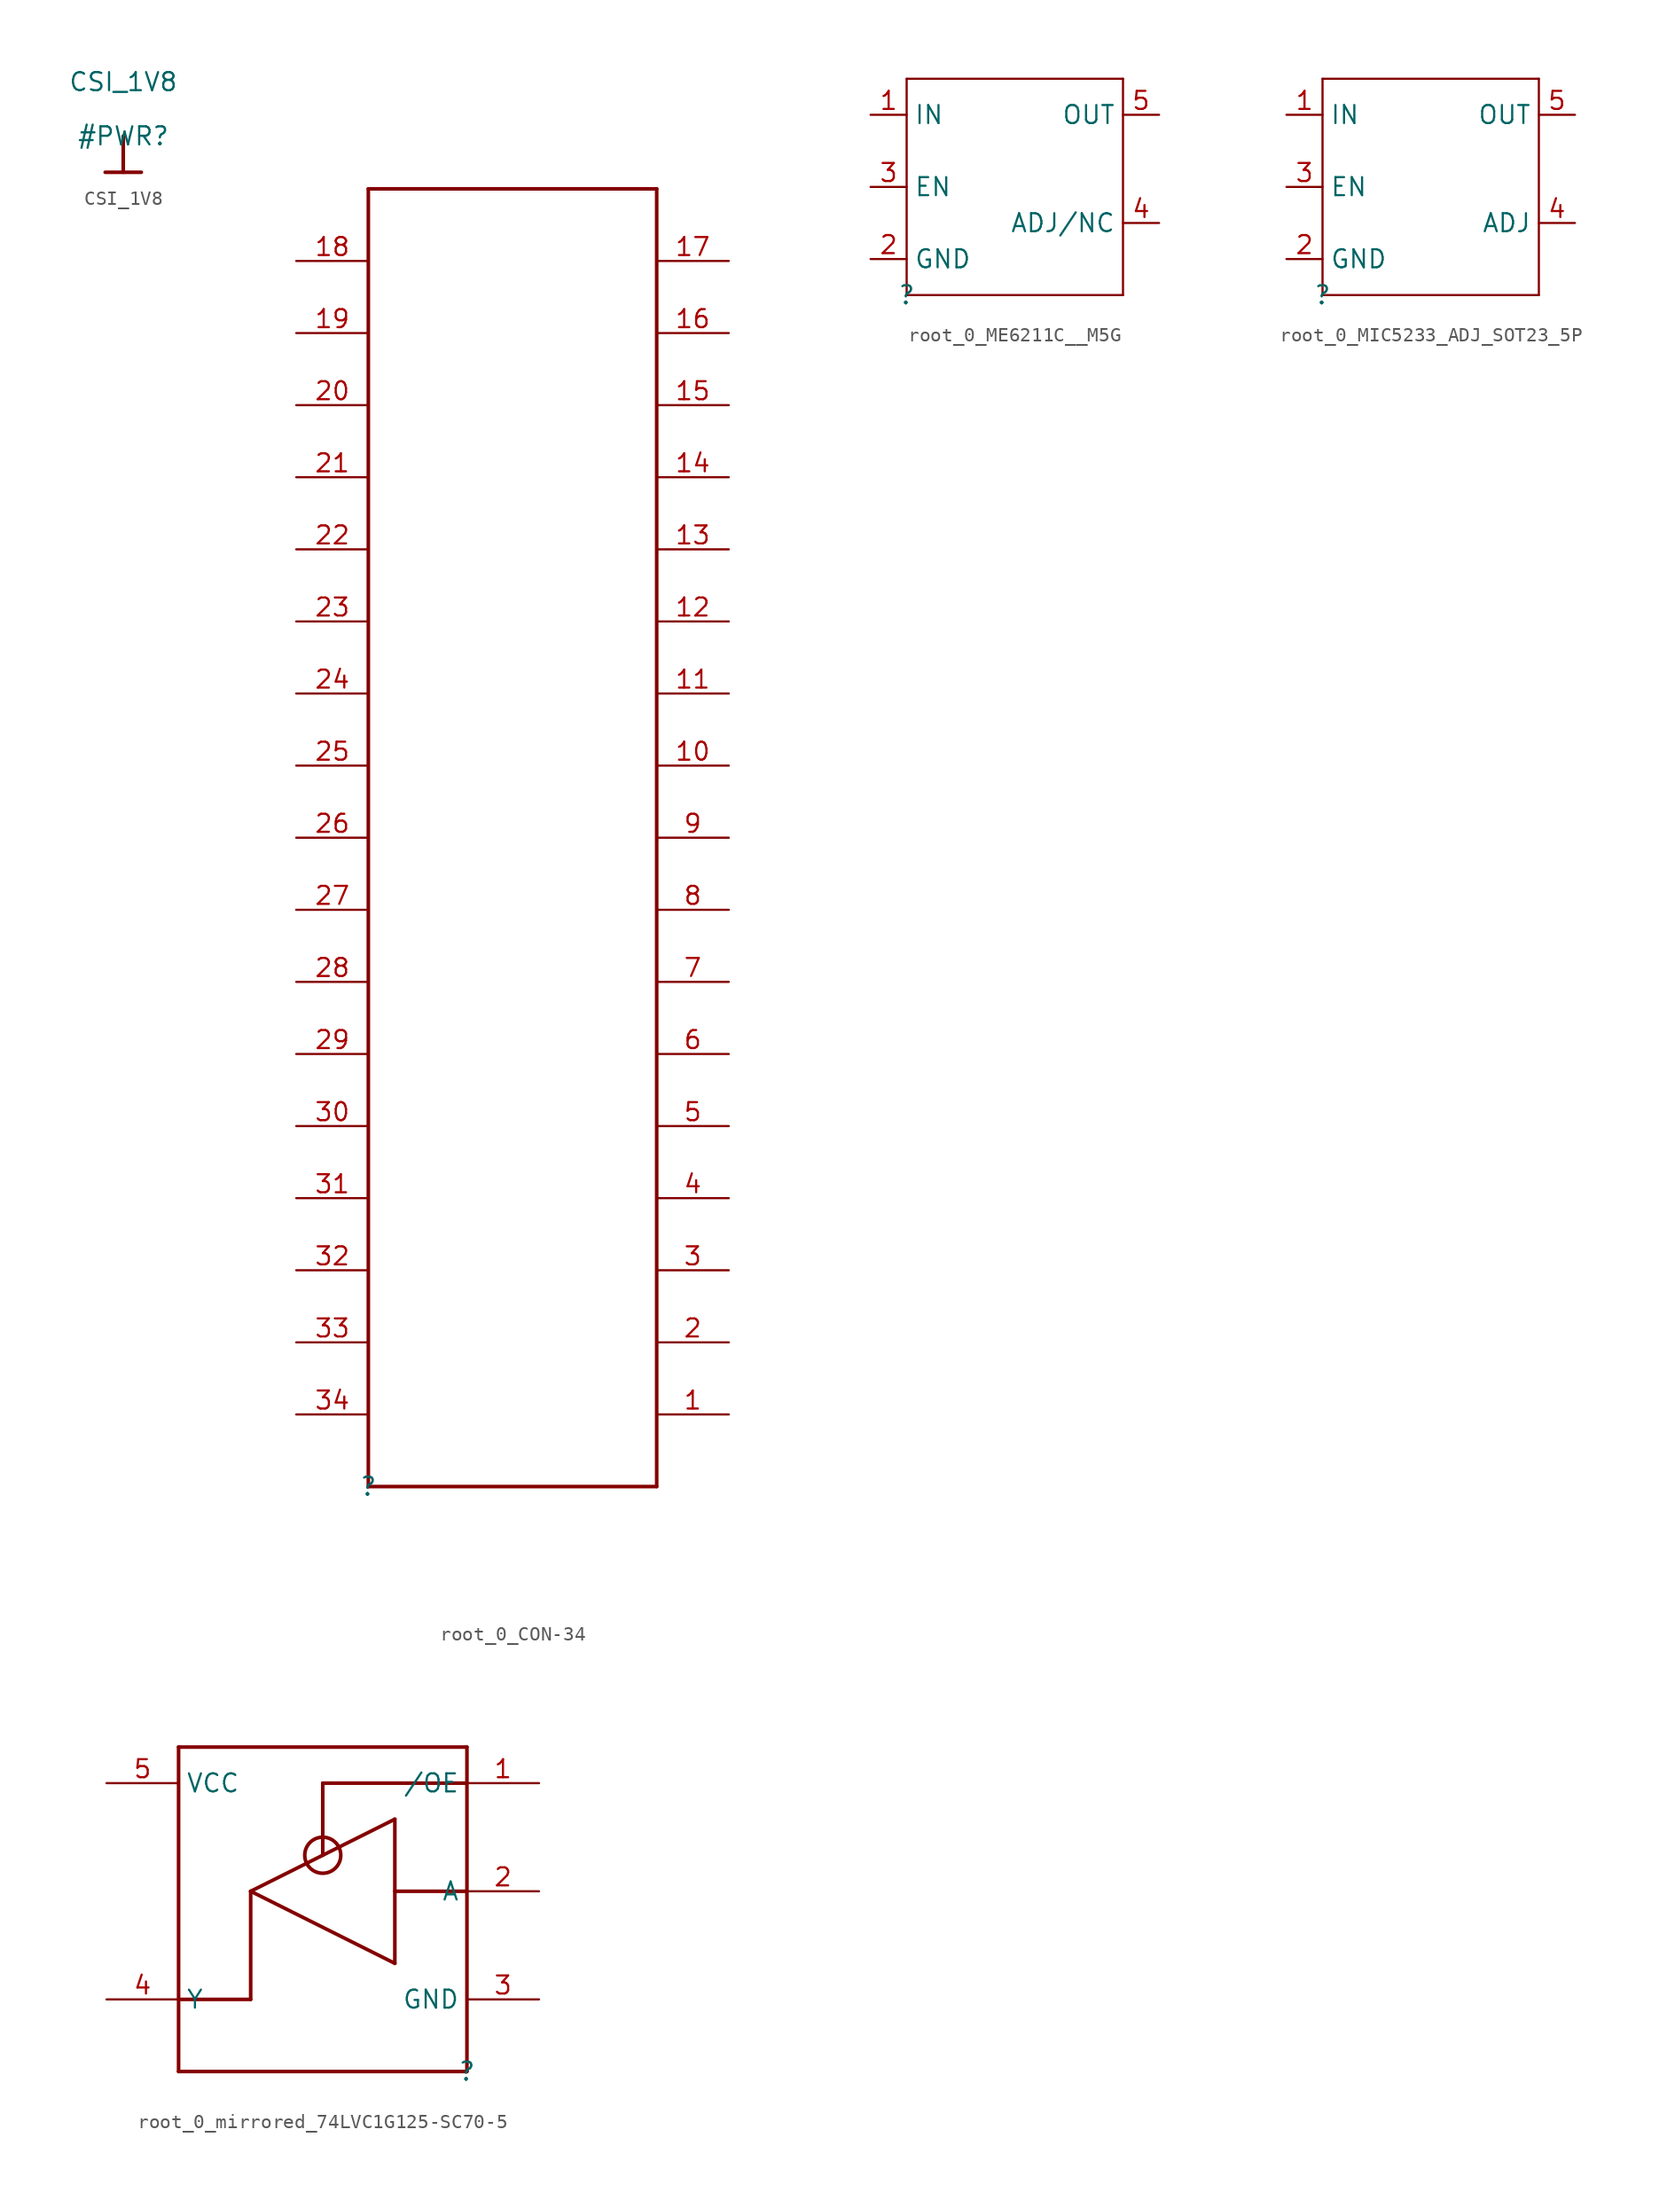
<source format=kicad_sym>
(kicad_symbol_lib
  (version 20220914)
  (generator kicad_symbol_editor)
  (symbol "CSI_1V8"
    (power)
    (property "Reference" "#PWR"
      (at 0 0 0)
      (effects (font (size 1.27 1.27))))
    (property "Value" "CSI_1V8"
      (at 0 3.81 0)
      (effects (font (size 1.27 1.27))))
    (symbol "CSI_1V8_0_0"
      (polyline (pts (xy -1.27 -2.54) (xy 1.27 -2.54)) (stroke (width 0.254) (type solid)) (fill (type none)))
      (polyline (pts (xy 0 0) (xy 0 -2.54)) (stroke (width 0.254) (type solid)) (fill (type none)))
      (pin power_in line (at 0 0 0) (length 0) hide (name "CSI_1V8" (effects (font (size 1.27 1.27)))) (number "" (effects (font (size 1.27 1.27)))))))
  (symbol "root_0_CON-34"
    (property "Reference" ""
      (at 0 0 0)
      (effects (font (size 1.27 1.27))))
    (property "Value" ""
      (at 0 0 0)
      (effects (font (size 1.27 1.27))))
    (symbol "root_0_CON-34_1_0"
      (polyline (pts (xy 0 0) (xy 20.32 0)) (stroke (width 0.254) (type solid)) (fill (type none)))
      (polyline (pts (xy 0 91.44) (xy 0 0)) (stroke (width 0.254) (type solid)) (fill (type none)))
      (polyline (pts (xy 20.32 0) (xy 20.32 91.44)) (stroke (width 0.254) (type solid)) (fill (type none)))
      (polyline (pts (xy 20.32 91.44) (xy 0 91.44)) (stroke (width 0.254) (type solid)) (fill (type none)))
      (pin passive line (at 25.4 5.08 180) (length 5.08) (name "1" (effects (font (size 0 0)))) (number "1" (effects (font (size 1.27 1.27)))))
      (pin passive line (at 25.4 50.8 180) (length 5.08) (name "10" (effects (font (size 0 0)))) (number "10" (effects (font (size 1.27 1.27)))))
      (pin passive line (at 25.4 55.88 180) (length 5.08) (name "11" (effects (font (size 0 0)))) (number "11" (effects (font (size 1.27 1.27)))))
      (pin passive line (at 25.4 60.96 180) (length 5.08) (name "12" (effects (font (size 0 0)))) (number "12" (effects (font (size 1.27 1.27)))))
      (pin passive line (at 25.4 66.04 180) (length 5.08) (name "13" (effects (font (size 0 0)))) (number "13" (effects (font (size 1.27 1.27)))))
      (pin passive line (at 25.4 71.12 180) (length 5.08) (name "14" (effects (font (size 0 0)))) (number "14" (effects (font (size 1.27 1.27)))))
      (pin passive line (at 25.4 76.2 180) (length 5.08) (name "15" (effects (font (size 0 0)))) (number "15" (effects (font (size 1.27 1.27)))))
      (pin passive line (at 25.4 81.28 180) (length 5.08) (name "16" (effects (font (size 0 0)))) (number "16" (effects (font (size 1.27 1.27)))))
      (pin passive line (at 25.4 86.36 180) (length 5.08) (name "17" (effects (font (size 0 0)))) (number "17" (effects (font (size 1.27 1.27)))))
      (pin passive line (at -5.08 86.36 0) (length 5.08) (name "18" (effects (font (size 0 0)))) (number "18" (effects (font (size 1.27 1.27)))))
      (pin passive line (at -5.08 81.28 0) (length 5.08) (name "19" (effects (font (size 0 0)))) (number "19" (effects (font (size 1.27 1.27)))))
      (pin passive line (at 25.4 10.16 180) (length 5.08) (name "2" (effects (font (size 0 0)))) (number "2" (effects (font (size 1.27 1.27)))))
      (pin passive line (at -5.08 76.2 0) (length 5.08) (name "20" (effects (font (size 0 0)))) (number "20" (effects (font (size 1.27 1.27)))))
      (pin passive line (at -5.08 71.12 0) (length 5.08) (name "21" (effects (font (size 0 0)))) (number "21" (effects (font (size 1.27 1.27)))))
      (pin passive line (at -5.08 66.04 0) (length 5.08) (name "22" (effects (font (size 0 0)))) (number "22" (effects (font (size 1.27 1.27)))))
      (pin passive line (at -5.08 60.96 0) (length 5.08) (name "23" (effects (font (size 0 0)))) (number "23" (effects (font (size 1.27 1.27)))))
      (pin passive line (at -5.08 55.88 0) (length 5.08) (name "24" (effects (font (size 0 0)))) (number "24" (effects (font (size 1.27 1.27)))))
      (pin passive line (at -5.08 50.8 0) (length 5.08) (name "25" (effects (font (size 0 0)))) (number "25" (effects (font (size 1.27 1.27)))))
      (pin passive line (at -5.08 45.72 0) (length 5.08) (name "26" (effects (font (size 0 0)))) (number "26" (effects (font (size 1.27 1.27)))))
      (pin passive line (at -5.08 40.64 0) (length 5.08) (name "27" (effects (font (size 0 0)))) (number "27" (effects (font (size 1.27 1.27)))))
      (pin passive line (at -5.08 35.56 0) (length 5.08) (name "28" (effects (font (size 0 0)))) (number "28" (effects (font (size 1.27 1.27)))))
      (pin passive line (at -5.08 30.48 0) (length 5.08) (name "29" (effects (font (size 0 0)))) (number "29" (effects (font (size 1.27 1.27)))))
      (pin passive line (at 25.4 15.24 180) (length 5.08) (name "3" (effects (font (size 0 0)))) (number "3" (effects (font (size 1.27 1.27)))))
      (pin passive line (at -5.08 25.4 0) (length 5.08) (name "30" (effects (font (size 0 0)))) (number "30" (effects (font (size 1.27 1.27)))))
      (pin passive line (at -5.08 20.32 0) (length 5.08) (name "31" (effects (font (size 0 0)))) (number "31" (effects (font (size 1.27 1.27)))))
      (pin passive line (at -5.08 15.24 0) (length 5.08) (name "32" (effects (font (size 0 0)))) (number "32" (effects (font (size 1.27 1.27)))))
      (pin passive line (at -5.08 10.16 0) (length 5.08) (name "33" (effects (font (size 0 0)))) (number "33" (effects (font (size 1.27 1.27)))))
      (pin passive line (at -5.08 5.08 0) (length 5.08) (name "34" (effects (font (size 0 0)))) (number "34" (effects (font (size 1.27 1.27)))))
      (pin passive line (at 25.4 20.32 180) (length 5.08) (name "4" (effects (font (size 0 0)))) (number "4" (effects (font (size 1.27 1.27)))))
      (pin passive line (at 25.4 25.4 180) (length 5.08) (name "5" (effects (font (size 0 0)))) (number "5" (effects (font (size 1.27 1.27)))))
      (pin passive line (at 25.4 30.48 180) (length 5.08) (name "6" (effects (font (size 0 0)))) (number "6" (effects (font (size 1.27 1.27)))))
      (pin passive line (at 25.4 35.56 180) (length 5.08) (name "7" (effects (font (size 0 0)))) (number "7" (effects (font (size 1.27 1.27)))))
      (pin passive line (at 25.4 40.64 180) (length 5.08) (name "8" (effects (font (size 0 0)))) (number "8" (effects (font (size 1.27 1.27)))))
      (pin passive line (at 25.4 45.72 180) (length 5.08) (name "9" (effects (font (size 0 0)))) (number "9" (effects (font (size 1.27 1.27)))))))
  (symbol "root_0_ME6211C__M5G"
    (property "Reference" ""
      (at 0 0 0)
      (effects (font (size 1.27 1.27))))
    (property "Value" ""
      (at 0 0 0)
      (effects (font (size 1.27 1.27))))
    (symbol "root_0_ME6211C__M5G_1_0"
      (polyline (pts (xy 0 0) (xy 0 15.24)) (stroke (width 0) (type solid)) (fill (type none)))
      (polyline (pts (xy 0 15.24) (xy 15.24 15.24)) (stroke (width 0) (type solid)) (fill (type none)))
      (polyline (pts (xy 15.24 0) (xy 0 0)) (stroke (width 0) (type solid)) (fill (type none)))
      (polyline (pts (xy 15.24 15.24) (xy 15.24 0)) (stroke (width 0) (type solid)) (fill (type none)))
      (pin passive line (at -2.54 12.7 0) (length 2.54) (name "IN" (effects (font (size 1.27 1.27)))) (number "1" (effects (font (size 1.27 1.27)))))
      (pin power_in line (at -2.54 2.54 0) (length 2.54) (name "GND" (effects (font (size 1.27 1.27)))) (number "2" (effects (font (size 1.27 1.27)))))
      (pin passive line (at -2.54 7.62 0) (length 2.54) (name "EN" (effects (font (size 1.27 1.27)))) (number "3" (effects (font (size 1.27 1.27)))))
      (pin passive line (at 17.78 5.08 180) (length 2.54) (name "ADJ/NC" (effects (font (size 1.27 1.27)))) (number "4" (effects (font (size 1.27 1.27)))))
      (pin passive line (at 17.78 12.7 180) (length 2.54) (name "OUT" (effects (font (size 1.27 1.27)))) (number "5" (effects (font (size 1.27 1.27)))))))
  (symbol "root_0_MIC5233_ADJ_SOT23_5P"
    (property "Reference" ""
      (at 0 0 0)
      (effects (font (size 1.27 1.27))))
    (property "Value" ""
      (at 0 0 0)
      (effects (font (size 1.27 1.27))))
    (symbol "root_0_MIC5233_ADJ_SOT23_5P_1_0"
      (polyline (pts (xy 0 0) (xy 0 15.24)) (stroke (width 0) (type solid)) (fill (type none)))
      (polyline (pts (xy 0 15.24) (xy 15.24 15.24)) (stroke (width 0) (type solid)) (fill (type none)))
      (polyline (pts (xy 15.24 0) (xy 0 0)) (stroke (width 0) (type solid)) (fill (type none)))
      (polyline (pts (xy 15.24 15.24) (xy 15.24 0)) (stroke (width 0) (type solid)) (fill (type none)))
      (pin passive line (at -2.54 12.7 0) (length 2.54) (name "IN" (effects (font (size 1.27 1.27)))) (number "1" (effects (font (size 1.27 1.27)))))
      (pin power_in line (at -2.54 2.54 0) (length 2.54) (name "GND" (effects (font (size 1.27 1.27)))) (number "2" (effects (font (size 1.27 1.27)))))
      (pin passive line (at -2.54 7.62 0) (length 2.54) (name "EN" (effects (font (size 1.27 1.27)))) (number "3" (effects (font (size 1.27 1.27)))))
      (pin passive line (at 17.78 5.08 180) (length 2.54) (name "ADJ" (effects (font (size 1.27 1.27)))) (number "4" (effects (font (size 1.27 1.27)))))
      (pin passive line (at 17.78 12.7 180) (length 2.54) (name "OUT" (effects (font (size 1.27 1.27)))) (number "5" (effects (font (size 1.27 1.27)))))))
  (symbol "root_0_mirrored_74LVC1G125-SC70-5"
    (property "Reference" ""
      (at 0 0 0)
      (effects (font (size 1.27 1.27))))
    (property "Value" ""
      (at 0 0 0)
      (effects (font (size 1.27 1.27))))
    (symbol "root_0_mirrored_74LVC1G125-SC70-5_1_0"
      (circle (center -10.16 15.24) (radius 1.27) (stroke (width 0.254) (type solid)) (fill (type none)))
      (polyline (pts (xy -20.32 0) (xy 0 0)) (stroke (width 0.254) (type solid)) (fill (type none)))
      (polyline (pts (xy -20.32 22.86) (xy -20.32 0)) (stroke (width 0.254) (type solid)) (fill (type none)))
      (polyline (pts (xy -15.24 5.08) (xy -20.32 5.08)) (stroke (width 0.254) (type solid)) (fill (type none)))
      (polyline (pts (xy -15.24 12.7) (xy -15.24 5.08)) (stroke (width 0.254) (type solid)) (fill (type none)))
      (polyline (pts (xy -15.24 12.7) (xy -5.08 17.78)) (stroke (width 0.254) (type solid)) (fill (type none)))
      (polyline (pts (xy -10.16 20.32) (xy -10.16 15.24)) (stroke (width 0.254) (type solid)) (fill (type none)))
      (polyline (pts (xy -5.08 7.62) (xy -15.24 12.7)) (stroke (width 0.254) (type solid)) (fill (type none)))
      (polyline (pts (xy -5.08 17.78) (xy -5.08 7.62)) (stroke (width 0.254) (type solid)) (fill (type none)))
      (polyline (pts (xy 0 0) (xy 0 22.86)) (stroke (width 0.254) (type solid)) (fill (type none)))
      (polyline (pts (xy 0 12.7) (xy -5.08 12.7)) (stroke (width 0.254) (type solid)) (fill (type none)))
      (polyline (pts (xy 0 20.32) (xy -10.16 20.32)) (stroke (width 0.254) (type solid)) (fill (type none)))
      (polyline (pts (xy 0 22.86) (xy -20.32 22.86)) (stroke (width 0.254) (type solid)) (fill (type none)))
      (pin passive line (at 5.08 20.32 180) (length 5.08) (name "/OE" (effects (font (size 1.27 1.27)))) (number "1" (effects (font (size 1.27 1.27)))))
      (pin passive line (at 5.08 12.7 180) (length 5.08) (name "A" (effects (font (size 1.27 1.27)))) (number "2" (effects (font (size 1.27 1.27)))))
      (pin passive line (at 5.08 5.08 180) (length 5.08) (name "GND" (effects (font (size 1.27 1.27)))) (number "3" (effects (font (size 1.27 1.27)))))
      (pin passive line (at -25.4 5.08 0) (length 5.08) (name "Y" (effects (font (size 1.27 1.27)))) (number "4" (effects (font (size 1.27 1.27)))))
      (pin passive line (at -25.4 20.32 0) (length 5.08) (name "VCC" (effects (font (size 1.27 1.27)))) (number "5" (effects (font (size 1.27 1.27))))))))
</source>
